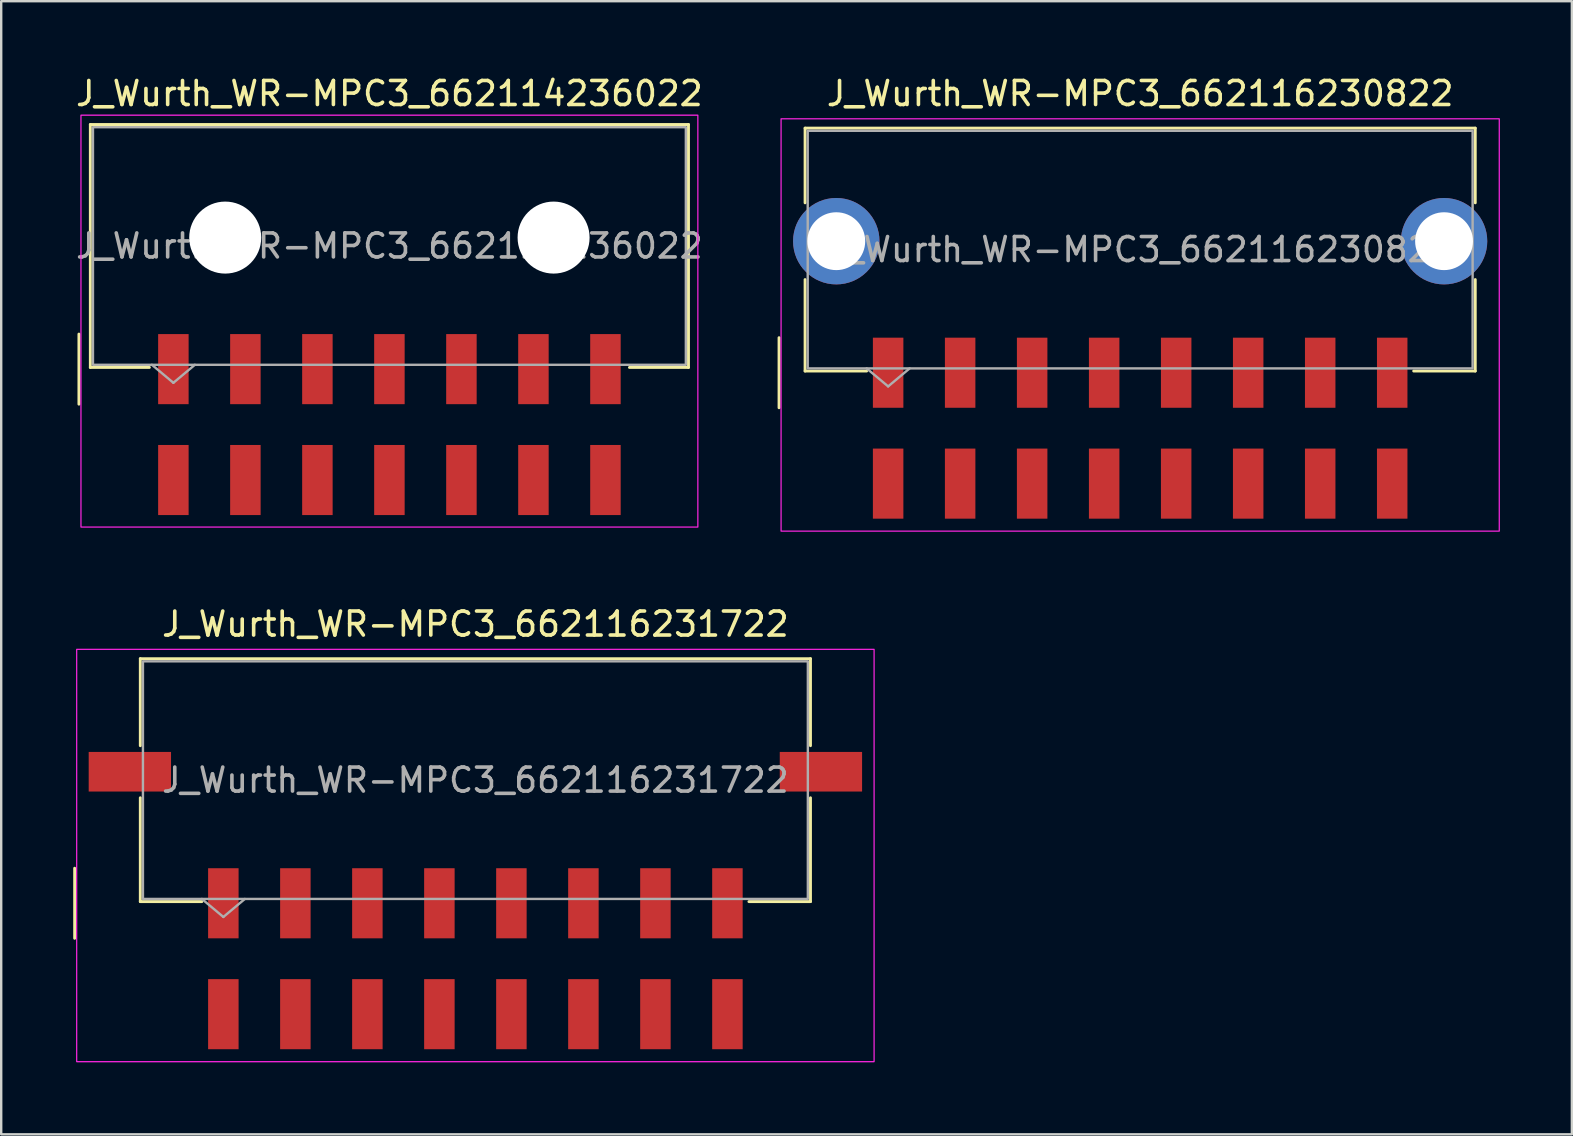
<source format=kicad_pcb>
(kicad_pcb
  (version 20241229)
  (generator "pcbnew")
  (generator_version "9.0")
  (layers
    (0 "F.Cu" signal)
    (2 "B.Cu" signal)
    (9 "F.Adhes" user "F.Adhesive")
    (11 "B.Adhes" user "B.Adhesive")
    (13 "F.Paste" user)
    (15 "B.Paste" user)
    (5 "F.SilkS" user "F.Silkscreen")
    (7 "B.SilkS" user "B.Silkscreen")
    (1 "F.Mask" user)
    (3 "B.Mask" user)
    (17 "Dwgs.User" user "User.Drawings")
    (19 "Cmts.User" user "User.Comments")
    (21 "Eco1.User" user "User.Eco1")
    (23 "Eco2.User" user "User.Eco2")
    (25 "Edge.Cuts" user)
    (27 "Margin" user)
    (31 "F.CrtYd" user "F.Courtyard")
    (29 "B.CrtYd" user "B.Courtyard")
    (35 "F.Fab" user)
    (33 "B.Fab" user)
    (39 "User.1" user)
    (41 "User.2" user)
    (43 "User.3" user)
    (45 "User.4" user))
  (footprint "J_Wurth_WR-MPC3_662116231722"
    (layer "F.Cu")
    (at 16.755 29.451)
    (property "Reference" "J_Wurth_WR-MPC3_662116231722" (at 0 -6.5 0) (unlocked yes) (layer "F.SilkS") (effects (font (size 1 1) (thickness 0.15))))
    (attr smd)
    (fp_line (start -16.695 6.59) (end -16.695 3.67) (stroke (width 0.12) (type solid)) (layer "F.SilkS"))
    (fp_line (start -13.96 -5.06) (end -13.96 -1.435) (stroke (width 0.12) (type solid)) (layer "F.SilkS"))
    (fp_line (start -13.96 -5.06) (end 13.96 -5.06) (stroke (width 0.12) (type default)) (layer "F.SilkS"))
    (fp_line (start -13.96 0.735) (end -13.96 5.06) (stroke (width 0.12) (type solid)) (layer "F.SilkS"))
    (fp_line (start -11.395 5.06) (end -13.96 5.06) (stroke (width 0.12) (type solid)) (layer "F.SilkS"))
    (fp_line (start 13.96 -5.06) (end 13.96 -1.435) (stroke (width 0.12) (type solid)) (layer "F.SilkS"))
    (fp_line (start 13.96 0.735) (end 13.96 5.06) (stroke (width 0.12) (type solid)) (layer "F.SilkS"))
    (fp_line (start 13.96 5.06) (end 11.395 5.06) (stroke (width 0.12) (type solid)) (layer "F.SilkS"))
    (fp_rect (start -16.61 -5.45) (end 16.61 11.73) (stroke (width 0.05) (type solid)) (fill no) (layer "F.CrtYd"))
    (fp_line (start -10.5 5.7) (end -11.395 4.95) (stroke (width 0.1) (type solid)) (layer "F.Fab"))
    (fp_line (start -10.5 5.7) (end -9.605 4.95) (stroke (width 0.1) (type solid)) (layer "F.Fab"))
    (fp_rect (start -13.85 -4.95) (end 13.85 4.95) (stroke (width 0.1) (type solid)) (fill no) (layer "F.Fab"))
    (fp_text user "${REFERENCE}" (at 0 0 0) (unlocked yes) (layer "F.Fab") (effects (font (size 1 1) (thickness 0.15))))
    (pad "1" smd rect (at -10.5 5.13 180) (size 1.27 2.92) (layers "F.Cu" "F.Mask" "F.Paste"))
    (pad "2" smd rect (at -7.5 5.13 180) (size 1.27 2.92) (layers "F.Cu" "F.Mask" "F.Paste"))
    (pad "3" smd rect (at -4.5 5.13 180) (size 1.27 2.92) (layers "F.Cu" "F.Mask" "F.Paste"))
    (pad "4" smd rect (at -1.5 5.13 180) (size 1.27 2.92) (layers "F.Cu" "F.Mask" "F.Paste"))
    (pad "5" smd rect (at 1.5 5.13 180) (size 1.27 2.92) (layers "F.Cu" "F.Mask" "F.Paste"))
    (pad "6" smd rect (at 4.5 5.13 180) (size 1.27 2.92) (layers "F.Cu" "F.Mask" "F.Paste"))
    (pad "7" smd rect (at 7.5 5.13 180) (size 1.27 2.92) (layers "F.Cu" "F.Mask" "F.Paste"))
    (pad "8" smd rect (at 10.5 5.13 180) (size 1.27 2.92) (layers "F.Cu" "F.Mask" "F.Paste"))
    (pad "9" smd rect (at -10.5 9.75 180) (size 1.27 2.92) (layers "F.Cu" "F.Mask" "F.Paste"))
    (pad "10" smd rect (at -7.5 9.75 180) (size 1.27 2.92) (layers "F.Cu" "F.Mask" "F.Paste"))
    (pad "11" smd rect (at -4.5 9.75 180) (size 1.27 2.92) (layers "F.Cu" "F.Mask" "F.Paste"))
    (pad "12" smd rect (at -1.5 9.75 180) (size 1.27 2.92) (layers "F.Cu" "F.Mask" "F.Paste"))
    (pad "13" smd rect (at 1.5 9.75 180) (size 1.27 2.92) (layers "F.Cu" "F.Mask" "F.Paste"))
    (pad "14" smd rect (at 4.5 9.75 180) (size 1.27 2.92) (layers "F.Cu" "F.Mask" "F.Paste"))
    (pad "15" smd rect (at 7.5 9.75 180) (size 1.27 2.92) (layers "F.Cu" "F.Mask" "F.Paste"))
    (pad "16" smd rect (at 10.5 9.75 180) (size 1.27 2.92) (layers "F.Cu" "F.Mask" "F.Paste"))
    (pad "MP1" smd rect (at 14.395 -0.35 180) (size 3.43 1.65) (layers "F.Cu" "F.Mask" "F.Paste"))
    (pad "MP2" smd rect (at -14.395 -0.35 180) (size 3.43 1.65) (layers "F.Cu" "F.Mask" "F.Paste")))
  (footprint "J_Wurth_WR-MPC3_662116230822"
    (layer "F.Cu")
    (at 44.45 7.348)
    (property "Reference" "J_Wurth_WR-MPC3_662116230822" (at 0 -6.5 0) (unlocked yes) (layer "F.SilkS") (effects (font (size 1 1) (thickness 0.15))))
    (attr smd)
    (fp_line (start -15.045 6.59) (end -15.045 3.67) (stroke (width 0.12) (type solid)) (layer "F.SilkS"))
    (fp_line (start -13.96 -5.06) (end -13.96 -1.948) (stroke (width 0.12) (type default)) (layer "F.SilkS"))
    (fp_line (start -13.96 -5.06) (end 13.96 -5.06) (stroke (width 0.12) (type default)) (layer "F.SilkS"))
    (fp_line (start -13.96 1.248) (end -13.96 5.06) (stroke (width 0.12) (type default)) (layer "F.SilkS"))
    (fp_line (start -11.395 5.06) (end -13.96 5.06) (stroke (width 0.12) (type solid)) (layer "F.SilkS"))
    (fp_line (start 13.96 -5.06) (end 13.96 -1.948) (stroke (width 0.12) (type default)) (layer "F.SilkS"))
    (fp_line (start 13.96 1.248) (end 13.96 5.06) (stroke (width 0.12) (type default)) (layer "F.SilkS"))
    (fp_line (start 13.96 5.06) (end 11.395 5.06) (stroke (width 0.12) (type solid)) (layer "F.SilkS"))
    (fp_rect (start -14.96 -5.45) (end 14.96 11.73) (stroke (width 0.05) (type solid)) (fill no) (layer "F.CrtYd"))
    (fp_line (start -10.5 5.7) (end -11.395 4.95) (stroke (width 0.1) (type solid)) (layer "F.Fab"))
    (fp_line (start -10.5 5.7) (end -9.605 4.95) (stroke (width 0.1) (type solid)) (layer "F.Fab"))
    (fp_rect (start -13.85 -4.95) (end 13.85 4.95) (stroke (width 0.1) (type solid)) (fill no) (layer "F.Fab"))
    (fp_text user "${REFERENCE}" (at 0 0 0) (unlocked yes) (layer "F.Fab") (effects (font (size 1 1) (thickness 0.15))))
    (pad "1" smd rect (at -10.5 5.13 180) (size 1.27 2.92) (layers "F.Cu" "F.Mask" "F.Paste"))
    (pad "2" smd rect (at -7.5 5.13 180) (size 1.27 2.92) (layers "F.Cu" "F.Mask" "F.Paste"))
    (pad "3" smd rect (at -4.5 5.13 180) (size 1.27 2.92) (layers "F.Cu" "F.Mask" "F.Paste"))
    (pad "4" smd rect (at -1.5 5.13 180) (size 1.27 2.92) (layers "F.Cu" "F.Mask" "F.Paste"))
    (pad "5" smd rect (at 1.5 5.13 180) (size 1.27 2.92) (layers "F.Cu" "F.Mask" "F.Paste"))
    (pad "6" smd rect (at 4.5 5.13 180) (size 1.27 2.92) (layers "F.Cu" "F.Mask" "F.Paste"))
    (pad "7" smd rect (at 7.5 5.13 180) (size 1.27 2.92) (layers "F.Cu" "F.Mask" "F.Paste"))
    (pad "8" smd rect (at 10.5 5.13 180) (size 1.27 2.92) (layers "F.Cu" "F.Mask" "F.Paste"))
    (pad "9" smd rect (at -10.5 9.75 180) (size 1.27 2.92) (layers "F.Cu" "F.Mask" "F.Paste"))
    (pad "10" smd rect (at -7.5 9.75 180) (size 1.27 2.92) (layers "F.Cu" "F.Mask" "F.Paste"))
    (pad "11" smd rect (at -4.5 9.75 180) (size 1.27 2.92) (layers "F.Cu" "F.Mask" "F.Paste"))
    (pad "12" smd rect (at -1.5 9.75 180) (size 1.27 2.92) (layers "F.Cu" "F.Mask" "F.Paste"))
    (pad "13" smd rect (at 1.5 9.75 180) (size 1.27 2.92) (layers "F.Cu" "F.Mask" "F.Paste"))
    (pad "14" smd rect (at 4.5 9.75 180) (size 1.27 2.92) (layers "F.Cu" "F.Mask" "F.Paste"))
    (pad "15" smd rect (at 7.5 9.75 180) (size 1.27 2.92) (layers "F.Cu" "F.Mask" "F.Paste"))
    (pad "16" smd rect (at 10.5 9.75 180) (size 1.27 2.92) (layers "F.Cu" "F.Mask" "F.Paste"))
    (pad "MP1" thru_hole circle (at 12.66 -0.35 180) (size 3.6 3.6) (drill 2.41) (layers "*.Cu" "*.Mask"))
    (pad "MP2" thru_hole circle (at -12.66 -0.35 180) (size 3.6 3.6) (drill 2.41) (layers "*.Cu" "*.Mask")))
  (footprint "J_Wurth_WR-MPC3_662114236022"
    (layer "F.Cu")
    (at 13.173 7.198)
    (property "Reference" "J_Wurth_WR-MPC3_662114236022" (at 0 -6.35 0) (unlocked yes) (layer "F.SilkS") (effects (font (size 1 1) (thickness 0.15))))
    (attr smd)
    (fp_line (start -12.935 6.59) (end -12.935 3.67) (stroke (width 0.12) (type solid)) (layer "F.SilkS"))
    (fp_line (start -12.46 -5.06) (end -12.46 5.06) (stroke (width 0.12) (type solid)) (layer "F.SilkS"))
    (fp_line (start -12.46 -5.06) (end 12.46 -5.06) (stroke (width 0.12) (type solid)) (layer "F.SilkS"))
    (fp_line (start -10 5.06) (end -12.46 5.06) (stroke (width 0.12) (type solid)) (layer "F.SilkS"))
    (fp_line (start 10 5.06) (end 12.46 5.06) (stroke (width 0.12) (type solid)) (layer "F.SilkS"))
    (fp_line (start 12.46 -5.06) (end 12.46 5.06) (stroke (width 0.12) (type solid)) (layer "F.SilkS"))
    (fp_rect (start -12.85 -5.45) (end 12.85 11.71) (stroke (width 0.05) (type solid)) (fill no) (layer "F.CrtYd"))
    (fp_line (start -9 5.7) (end -9.895 4.95) (stroke (width 0.1) (type solid)) (layer "F.Fab"))
    (fp_line (start -9 5.7) (end -8.105 4.95) (stroke (width 0.1) (type solid)) (layer "F.Fab"))
    (fp_rect (start -12.35 -4.95) (end 12.35 4.95) (stroke (width 0.1) (type solid)) (fill no) (layer "F.Fab"))
    (fp_text user "${REFERENCE}" (at 0 0 0) (unlocked yes) (layer "F.Fab") (effects (font (size 1 1) (thickness 0.15))))
    (pad "" np_thru_hole circle (at -6.84 -0.35 180) (size 3 3) (drill 3) (layers "*.Cu" "*.Mask"))
    (pad "" np_thru_hole circle (at 6.84 -0.35 180) (size 3 3) (drill 3) (layers "*.Cu" "*.Mask"))
    (pad "1" smd rect (at -9 5.13 180) (size 1.27 2.92) (layers "F.Cu" "F.Mask" "F.Paste"))
    (pad "2" smd rect (at -6 5.13 180) (size 1.27 2.92) (layers "F.Cu" "F.Mask" "F.Paste"))
    (pad "3" smd rect (at -3 5.13 180) (size 1.27 2.92) (layers "F.Cu" "F.Mask" "F.Paste"))
    (pad "4" smd rect (at 0 5.13 180) (size 1.27 2.92) (layers "F.Cu" "F.Mask" "F.Paste"))
    (pad "5" smd rect (at 3 5.13 180) (size 1.27 2.92) (layers "F.Cu" "F.Mask" "F.Paste"))
    (pad "6" smd rect (at 6 5.13 180) (size 1.27 2.92) (layers "F.Cu" "F.Mask" "F.Paste"))
    (pad "7" smd rect (at 9 5.13 180) (size 1.27 2.92) (layers "F.Cu" "F.Mask" "F.Paste"))
    (pad "8" smd rect (at -9 9.75 180) (size 1.27 2.92) (layers "F.Cu" "F.Mask" "F.Paste"))
    (pad "9" smd rect (at -6 9.75 180) (size 1.27 2.92) (layers "F.Cu" "F.Mask" "F.Paste"))
    (pad "10" smd rect (at -3 9.75 180) (size 1.27 2.92) (layers "F.Cu" "F.Mask" "F.Paste"))
    (pad "11" smd rect (at 0 9.75 180) (size 1.27 2.92) (layers "F.Cu" "F.Mask" "F.Paste"))
    (pad "12" smd rect (at 3 9.75 180) (size 1.27 2.92) (layers "F.Cu" "F.Mask" "F.Paste"))
    (pad "13" smd rect (at 6 9.75 180) (size 1.27 2.92) (layers "F.Cu" "F.Mask" "F.Paste"))
    (pad "14" smd rect (at 9 9.75 180) (size 1.27 2.92) (layers "F.Cu" "F.Mask" "F.Paste")))
  (gr_rect
    (start -3 -3)
    (end 62.435 44.206)
    (stroke (width 0.1) (type default))
    (fill no)
    (layer "Edge.Cuts")))
</source>
